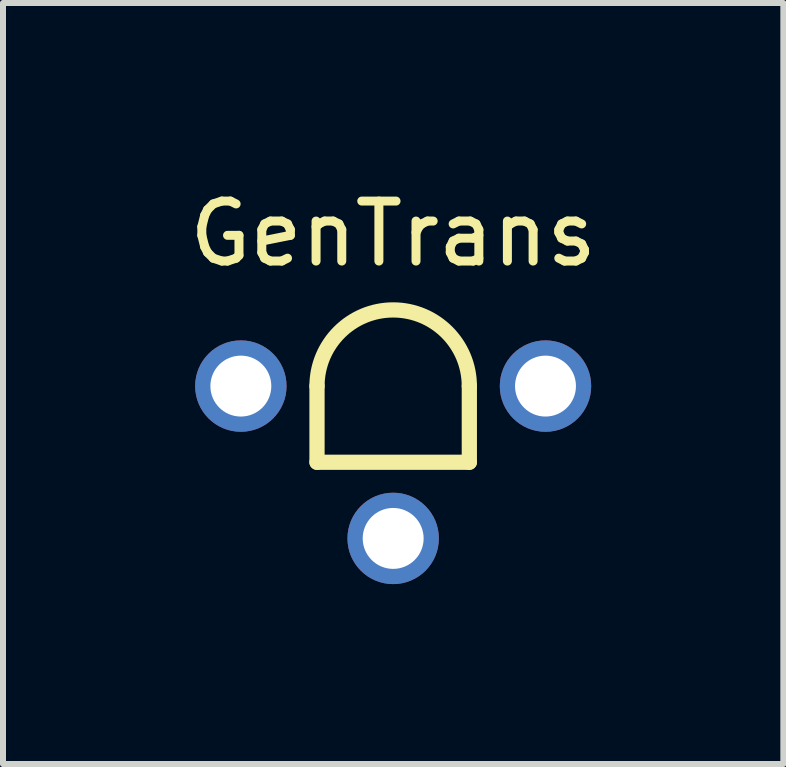
<source format=kicad_pcb>
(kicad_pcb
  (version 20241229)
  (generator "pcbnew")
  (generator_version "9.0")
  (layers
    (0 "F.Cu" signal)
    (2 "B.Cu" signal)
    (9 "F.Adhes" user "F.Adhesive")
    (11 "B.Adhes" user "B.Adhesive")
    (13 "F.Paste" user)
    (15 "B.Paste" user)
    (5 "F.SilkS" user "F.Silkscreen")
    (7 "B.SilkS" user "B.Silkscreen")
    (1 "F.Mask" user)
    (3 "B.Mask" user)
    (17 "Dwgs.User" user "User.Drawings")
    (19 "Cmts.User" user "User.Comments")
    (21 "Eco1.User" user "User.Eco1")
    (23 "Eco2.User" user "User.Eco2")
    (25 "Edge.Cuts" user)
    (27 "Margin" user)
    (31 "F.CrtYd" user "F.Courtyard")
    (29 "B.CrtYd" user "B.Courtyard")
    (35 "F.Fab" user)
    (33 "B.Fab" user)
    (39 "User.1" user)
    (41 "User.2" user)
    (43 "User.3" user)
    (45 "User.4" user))
  (footprint "GenTrans"
    (layer "F.Cu")
    (at 3.506 3.388)
    (property "Reference" "GenTrans" (at 0 -2.54 0) (layer "F.SilkS") (effects (font (size 1 1) (thickness 0.15))))
    (attr through_hole)
    (fp_line (start -1.27 0) (end -1.27 1.27) (stroke (width 0.254) (type solid)) (layer "F.SilkS"))
    (fp_line (start 1.27 0) (end 1.27 1.27) (stroke (width 0.254) (type solid)) (layer "F.SilkS"))
    (fp_line (start 1.27 1.27) (end -1.27 1.27) (stroke (width 0.254) (type solid)) (layer "F.SilkS"))
    (fp_arc (start -1.27 0) (mid 0 -1.27) (end 1.27 0) (stroke (width 0.254) (type solid)) (layer "F.SilkS"))
    (pad "1" thru_hole circle (at -2.54 0) (size 1.524 1.524) (drill 1.016) (layers "*.Cu" "*.Mask"))
    (pad "2" thru_hole circle (at 0 2.54) (size 1.524 1.524) (drill 1.016) (layers "*.Cu" "*.Mask"))
    (pad "3" thru_hole circle (at 2.54 0) (size 1.524 1.524) (drill 1.016) (layers "*.Cu" "*.Mask")))
  (gr_rect
    (start -3 -3)
    (end 10.012 9.69)
    (stroke (width 0.1) (type default))
    (fill no)
    (layer "Edge.Cuts")))
</source>
